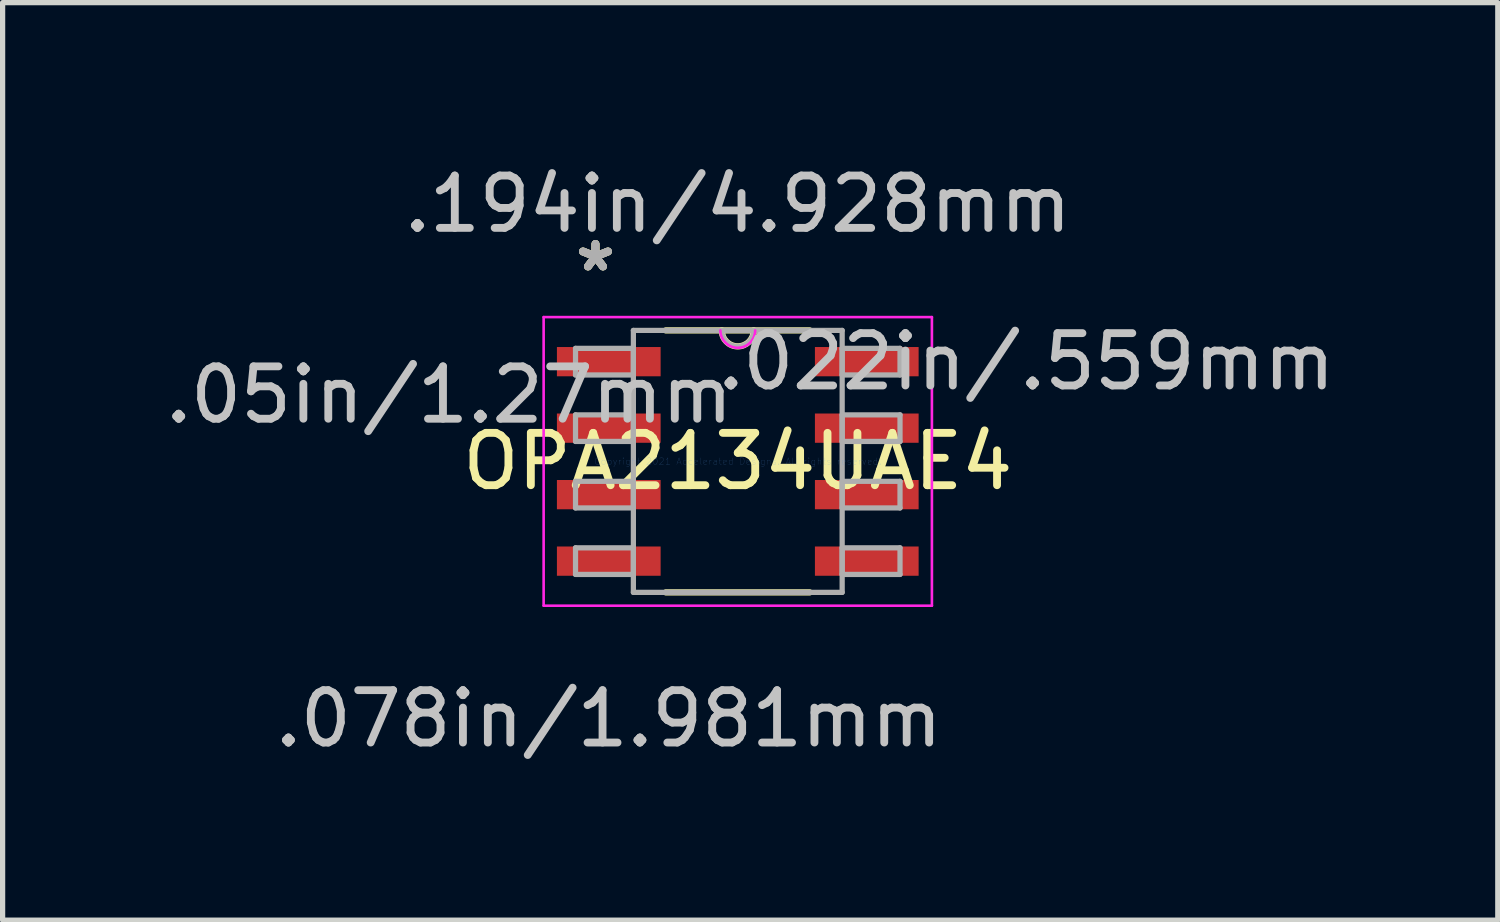
<source format=kicad_pcb>
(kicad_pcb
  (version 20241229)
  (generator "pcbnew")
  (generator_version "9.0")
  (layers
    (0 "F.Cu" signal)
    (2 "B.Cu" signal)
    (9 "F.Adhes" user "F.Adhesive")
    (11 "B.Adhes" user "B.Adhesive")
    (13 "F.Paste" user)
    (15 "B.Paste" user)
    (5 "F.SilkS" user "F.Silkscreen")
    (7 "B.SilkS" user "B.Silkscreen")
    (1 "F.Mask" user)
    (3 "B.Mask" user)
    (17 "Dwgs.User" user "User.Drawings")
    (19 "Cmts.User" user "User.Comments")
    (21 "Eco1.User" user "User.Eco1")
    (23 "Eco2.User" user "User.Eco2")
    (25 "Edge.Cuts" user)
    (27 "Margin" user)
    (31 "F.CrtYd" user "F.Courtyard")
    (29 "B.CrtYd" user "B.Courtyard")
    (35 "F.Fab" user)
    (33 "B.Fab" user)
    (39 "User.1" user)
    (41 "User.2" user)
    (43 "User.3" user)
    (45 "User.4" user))
  (footprint "OPA2134UAE4"
    (layer "F.Cu")
    (at 11.042 5.763)
    (property "Reference" "OPA2134UAE4" (at 0 0 0) (layer "F.SilkS") (effects (font (size 1 1) (thickness 0.15))))
    (attr through_hole)
    (fp_line (start -1.374 2.502) (end 1.374 2.502) (stroke (width 0.12) (type solid)) (layer "F.SilkS"))
    (fp_line (start 1.374 -2.502) (end -1.374 -2.502) (stroke (width 0.12) (type solid)) (layer "F.SilkS"))
    (fp_arc (start 0.3048 -2.5019) (mid 0 -2.1971) (end -0.3048 -2.5019) (stroke (width 0.12) (type solid)) (layer "F.SilkS"))
    (fp_line (start -3.708 -2.756) (end 3.708 -2.756) (stroke (width 0.05) (type solid)) (layer "F.CrtYd"))
    (fp_line (start -3.708 2.756) (end -3.708 -2.756) (stroke (width 0.05) (type solid)) (layer "F.CrtYd"))
    (fp_line (start 3.708 -2.756) (end 3.708 2.756) (stroke (width 0.05) (type solid)) (layer "F.CrtYd"))
    (fp_line (start 3.708 2.756) (end -3.708 2.756) (stroke (width 0.05) (type solid)) (layer "F.CrtYd"))
    (fp_arc (start 0.332317 -2.5019) (mid 0 -2.169583) (end -0.332317 -2.5019) (stroke (width 0.05) (type solid)) (layer "F.CrtYd"))
    (fp_line (start -3.099 -2.159) (end -3.099 -1.651) (stroke (width 0.1) (type solid)) (layer "F.Fab"))
    (fp_line (start -3.099 -1.651) (end -1.994 -1.651) (stroke (width 0.1) (type solid)) (layer "F.Fab"))
    (fp_line (start -3.099 -0.889) (end -3.099 -0.381) (stroke (width 0.1) (type solid)) (layer "F.Fab"))
    (fp_line (start -3.099 -0.381) (end -1.994 -0.381) (stroke (width 0.1) (type solid)) (layer "F.Fab"))
    (fp_line (start -3.099 0.381) (end -3.099 0.889) (stroke (width 0.1) (type solid)) (layer "F.Fab"))
    (fp_line (start -3.099 0.889) (end -1.994 0.889) (stroke (width 0.1) (type solid)) (layer "F.Fab"))
    (fp_line (start -3.099 1.651) (end -3.099 2.159) (stroke (width 0.1) (type solid)) (layer "F.Fab"))
    (fp_line (start -3.099 2.159) (end -1.994 2.159) (stroke (width 0.1) (type solid)) (layer "F.Fab"))
    (fp_line (start -1.994 -2.502) (end -1.994 2.502) (stroke (width 0.1) (type solid)) (layer "F.Fab"))
    (fp_line (start -1.994 -2.159) (end -3.099 -2.159) (stroke (width 0.1) (type solid)) (layer "F.Fab"))
    (fp_line (start -1.994 -1.651) (end -1.994 -2.159) (stroke (width 0.1) (type solid)) (layer "F.Fab"))
    (fp_line (start -1.994 -0.889) (end -3.099 -0.889) (stroke (width 0.1) (type solid)) (layer "F.Fab"))
    (fp_line (start -1.994 -0.381) (end -1.994 -0.889) (stroke (width 0.1) (type solid)) (layer "F.Fab"))
    (fp_line (start -1.994 0.381) (end -3.099 0.381) (stroke (width 0.1) (type solid)) (layer "F.Fab"))
    (fp_line (start -1.994 0.889) (end -1.994 0.381) (stroke (width 0.1) (type solid)) (layer "F.Fab"))
    (fp_line (start -1.994 1.651) (end -3.099 1.651) (stroke (width 0.1) (type solid)) (layer "F.Fab"))
    (fp_line (start -1.994 2.159) (end -1.994 1.651) (stroke (width 0.1) (type solid)) (layer "F.Fab"))
    (fp_line (start -1.994 2.502) (end 1.994 2.502) (stroke (width 0.1) (type solid)) (layer "F.Fab"))
    (fp_line (start 1.994 -2.502) (end -1.994 -2.502) (stroke (width 0.1) (type solid)) (layer "F.Fab"))
    (fp_line (start 1.994 -2.159) (end 1.994 -1.651) (stroke (width 0.1) (type solid)) (layer "F.Fab"))
    (fp_line (start 1.994 -1.651) (end 3.099 -1.651) (stroke (width 0.1) (type solid)) (layer "F.Fab"))
    (fp_line (start 1.994 -0.889) (end 1.994 -0.381) (stroke (width 0.1) (type solid)) (layer "F.Fab"))
    (fp_line (start 1.994 -0.381) (end 3.099 -0.381) (stroke (width 0.1) (type solid)) (layer "F.Fab"))
    (fp_line (start 1.994 0.381) (end 1.994 0.889) (stroke (width 0.1) (type solid)) (layer "F.Fab"))
    (fp_line (start 1.994 0.889) (end 3.099 0.889) (stroke (width 0.1) (type solid)) (layer "F.Fab"))
    (fp_line (start 1.994 1.651) (end 1.994 2.159) (stroke (width 0.1) (type solid)) (layer "F.Fab"))
    (fp_line (start 1.994 2.159) (end 3.099 2.159) (stroke (width 0.1) (type solid)) (layer "F.Fab"))
    (fp_line (start 1.994 2.502) (end 1.994 -2.502) (stroke (width 0.1) (type solid)) (layer "F.Fab"))
    (fp_line (start 3.099 -2.159) (end 1.994 -2.159) (stroke (width 0.1) (type solid)) (layer "F.Fab"))
    (fp_line (start 3.099 -1.651) (end 3.099 -2.159) (stroke (width 0.1) (type solid)) (layer "F.Fab"))
    (fp_line (start 3.099 -0.889) (end 1.994 -0.889) (stroke (width 0.1) (type solid)) (layer "F.Fab"))
    (fp_line (start 3.099 -0.381) (end 3.099 -0.889) (stroke (width 0.1) (type solid)) (layer "F.Fab"))
    (fp_line (start 3.099 0.381) (end 1.994 0.381) (stroke (width 0.1) (type solid)) (layer "F.Fab"))
    (fp_line (start 3.099 0.889) (end 3.099 0.381) (stroke (width 0.1) (type solid)) (layer "F.Fab"))
    (fp_line (start 3.099 1.651) (end 1.994 1.651) (stroke (width 0.1) (type solid)) (layer "F.Fab"))
    (fp_line (start 3.099 2.159) (end 3.099 1.651) (stroke (width 0.1) (type solid)) (layer "F.Fab"))
    (fp_arc (start 0.3048 -2.5019) (mid 0 -2.1971) (end -0.3048 -2.5019) (stroke (width 0.1) (type solid)) (layer "F.Fab"))
    (fp_text user "*" (at -2.718 -3.607 0) (layer "F.SilkS") (effects (font (size 1 1) (thickness 0.15))))
    (fp_text user "*" (at -2.718 -3.607 0) (layer "F.SilkS") (effects (font (size 1 1) (thickness 0.15))))
    (fp_text user ".022in/.559mm" (at 5.512 -1.905 0) (layer "Dwgs.User") (effects (font (size 1 1) (thickness 0.15))))
    (fp_text user ".05in/1.27mm" (at -5.512 -1.27 0) (layer "Dwgs.User") (effects (font (size 1 1) (thickness 0.15))))
    (fp_text user ".078in/1.981mm" (at -2.464 4.915 0) (layer "Dwgs.User") (effects (font (size 1 1) (thickness 0.15))))
    (fp_text user ".194in/4.928mm" (at 0 -4.915 0) (layer "Dwgs.User") (effects (font (size 1 1) (thickness 0.15))))
    (fp_text user "Copyright 2021 Accelerated Designs. All rights reserved." (at 0 0 0) (layer "Cmts.User") (effects (font (size 0.127 0.127) (thickness 0.002))))
    (fp_text user "*" (at -2.718 -3.607 0) (layer "F.Fab") (effects (font (size 1 1) (thickness 0.15))))
    (fp_text user "*" (at -2.718 -3.607 0) (layer "F.Fab") (effects (font (size 1 1) (thickness 0.15))))
    (pad "1" smd rect (at -2.464 -1.905) (size 1.981 0.559) (layers "F.Cu" "F.Mask" "F.Paste"))
    (pad "2" smd rect (at -2.464 -0.635) (size 1.981 0.559) (layers "F.Cu" "F.Mask" "F.Paste"))
    (pad "3" smd rect (at -2.464 0.635) (size 1.981 0.559) (layers "F.Cu" "F.Mask" "F.Paste"))
    (pad "4" smd rect (at -2.464 1.905) (size 1.981 0.559) (layers "F.Cu" "F.Mask" "F.Paste"))
    (pad "5" smd rect (at 2.464 1.905) (size 1.981 0.559) (layers "F.Cu" "F.Mask" "F.Paste"))
    (pad "6" smd rect (at 2.464 0.635) (size 1.981 0.559) (layers "F.Cu" "F.Mask" "F.Paste"))
    (pad "7" smd rect (at 2.464 -0.635) (size 1.981 0.559) (layers "F.Cu" "F.Mask" "F.Paste"))
    (pad "8" smd rect (at 2.464 -1.905) (size 1.981 0.559) (layers "F.Cu" "F.Mask" "F.Paste")))
  (gr_rect
    (start -3 -3)
    (end 25.559 14.526)
    (stroke (width 0.1) (type default))
    (fill no)
    (layer "Edge.Cuts")))
</source>
